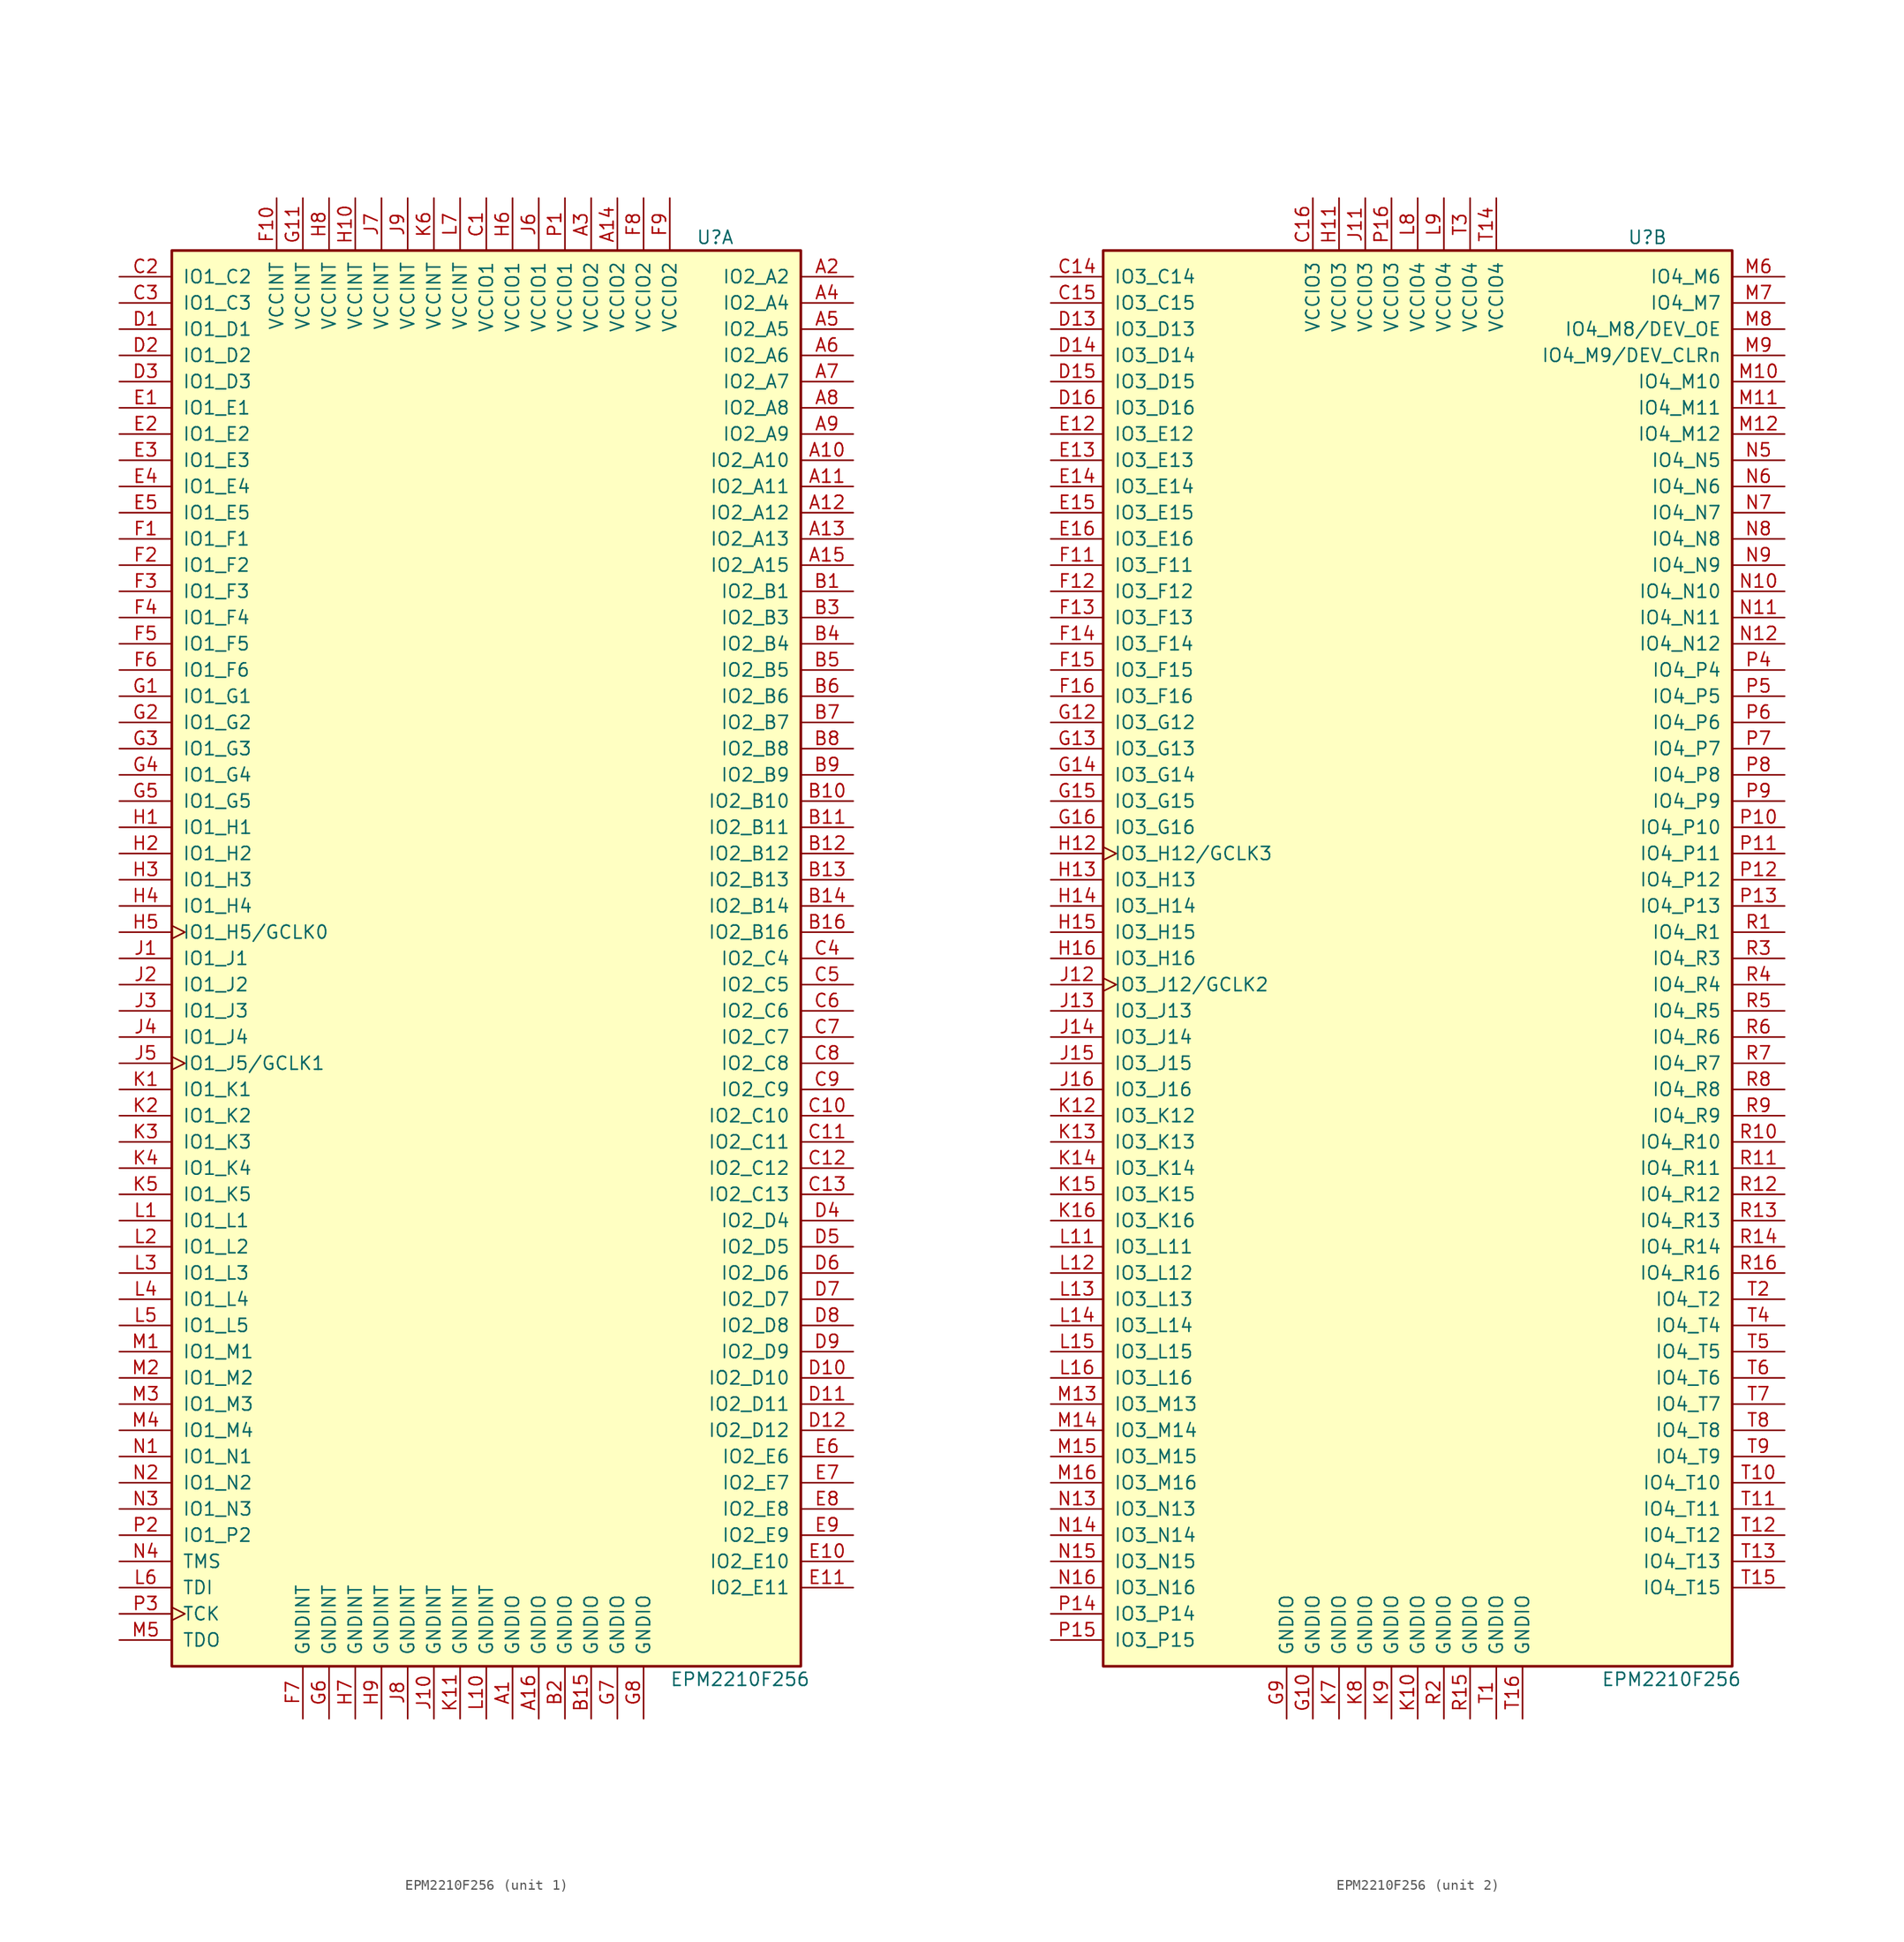
<source format=kicad_sym>
(kicad_symbol_lib
  (version 20201005)
  (generator kicad_symbol_editor)
  (symbol "EPM2210F256"
    (pin_names
      (offset 1.016))
    (property "Reference" "U"
      (at 20.32 69.85 0)
      (effects (font (size 1.27 1.27)) (justify left)))
    (property "Value" "EPM2210F256"
      (at 17.78 -69.85 0)
      (effects (font (size 1.27 1.27)) (justify left)))
    (property "ki_locked" ""
      (at 0 0 0)
      (effects (font (size 1.27 1.27))))
    (symbol "EPM2210F256_1_1"
      (rectangle (start -30.48 68.58) (end 30.48 -68.58) (stroke (width 0.254)) (fill (type background)))
      (pin bidirectional line (at 35.56 66.04 180) (length 5.08) (name "IO2_A2" (effects (font (size 1.27 1.27)))) (number "A2" (effects (font (size 1.27 1.27)))))
      (pin bidirectional line (at 35.56 63.5 180) (length 5.08) (name "IO2_A4" (effects (font (size 1.27 1.27)))) (number "A4" (effects (font (size 1.27 1.27)))))
      (pin bidirectional line (at 35.56 60.96 180) (length 5.08) (name "IO2_A5" (effects (font (size 1.27 1.27)))) (number "A5" (effects (font (size 1.27 1.27)))))
      (pin bidirectional line (at 35.56 58.42 180) (length 5.08) (name "IO2_A6" (effects (font (size 1.27 1.27)))) (number "A6" (effects (font (size 1.27 1.27)))))
      (pin bidirectional line (at 35.56 55.88 180) (length 5.08) (name "IO2_A7" (effects (font (size 1.27 1.27)))) (number "A7" (effects (font (size 1.27 1.27)))))
      (pin bidirectional line (at 35.56 53.34 180) (length 5.08) (name "IO2_A8" (effects (font (size 1.27 1.27)))) (number "A8" (effects (font (size 1.27 1.27)))))
      (pin bidirectional line (at 35.56 50.8 180) (length 5.08) (name "IO2_A9" (effects (font (size 1.27 1.27)))) (number "A9" (effects (font (size 1.27 1.27)))))
      (pin bidirectional line (at 35.56 48.26 180) (length 5.08) (name "IO2_A10" (effects (font (size 1.27 1.27)))) (number "A10" (effects (font (size 1.27 1.27)))))
      (pin bidirectional line (at 35.56 45.72 180) (length 5.08) (name "IO2_A11" (effects (font (size 1.27 1.27)))) (number "A11" (effects (font (size 1.27 1.27)))))
      (pin bidirectional line (at 35.56 43.18 180) (length 5.08) (name "IO2_A12" (effects (font (size 1.27 1.27)))) (number "A12" (effects (font (size 1.27 1.27)))))
      (pin bidirectional line (at 35.56 40.64 180) (length 5.08) (name "IO2_A13" (effects (font (size 1.27 1.27)))) (number "A13" (effects (font (size 1.27 1.27)))))
      (pin bidirectional line (at 35.56 38.1 180) (length 5.08) (name "IO2_A15" (effects (font (size 1.27 1.27)))) (number "A15" (effects (font (size 1.27 1.27)))))
      (pin bidirectional line (at 35.56 35.56 180) (length 5.08) (name "IO2_B1" (effects (font (size 1.27 1.27)))) (number "B1" (effects (font (size 1.27 1.27)))))
      (pin bidirectional line (at 35.56 33.02 180) (length 5.08) (name "IO2_B3" (effects (font (size 1.27 1.27)))) (number "B3" (effects (font (size 1.27 1.27)))))
      (pin bidirectional line (at 35.56 30.48 180) (length 5.08) (name "IO2_B4" (effects (font (size 1.27 1.27)))) (number "B4" (effects (font (size 1.27 1.27)))))
      (pin bidirectional line (at 35.56 27.94 180) (length 5.08) (name "IO2_B5" (effects (font (size 1.27 1.27)))) (number "B5" (effects (font (size 1.27 1.27)))))
      (pin bidirectional line (at 35.56 25.4 180) (length 5.08) (name "IO2_B6" (effects (font (size 1.27 1.27)))) (number "B6" (effects (font (size 1.27 1.27)))))
      (pin bidirectional line (at 35.56 22.86 180) (length 5.08) (name "IO2_B7" (effects (font (size 1.27 1.27)))) (number "B7" (effects (font (size 1.27 1.27)))))
      (pin bidirectional line (at 35.56 20.32 180) (length 5.08) (name "IO2_B8" (effects (font (size 1.27 1.27)))) (number "B8" (effects (font (size 1.27 1.27)))))
      (pin bidirectional line (at 35.56 17.78 180) (length 5.08) (name "IO2_B9" (effects (font (size 1.27 1.27)))) (number "B9" (effects (font (size 1.27 1.27)))))
      (pin bidirectional line (at 35.56 15.24 180) (length 5.08) (name "IO2_B10" (effects (font (size 1.27 1.27)))) (number "B10" (effects (font (size 1.27 1.27)))))
      (pin bidirectional line (at 35.56 12.7 180) (length 5.08) (name "IO2_B11" (effects (font (size 1.27 1.27)))) (number "B11" (effects (font (size 1.27 1.27)))))
      (pin bidirectional line (at 35.56 10.16 180) (length 5.08) (name "IO2_B12" (effects (font (size 1.27 1.27)))) (number "B12" (effects (font (size 1.27 1.27)))))
      (pin bidirectional line (at 35.56 7.62 180) (length 5.08) (name "IO2_B13" (effects (font (size 1.27 1.27)))) (number "B13" (effects (font (size 1.27 1.27)))))
      (pin bidirectional line (at 35.56 5.08 180) (length 5.08) (name "IO2_B14" (effects (font (size 1.27 1.27)))) (number "B14" (effects (font (size 1.27 1.27)))))
      (pin bidirectional line (at 35.56 2.54 180) (length 5.08) (name "IO2_B16" (effects (font (size 1.27 1.27)))) (number "B16" (effects (font (size 1.27 1.27)))))
      (pin bidirectional line (at -35.56 66.04 0) (length 5.08) (name "IO1_C2" (effects (font (size 1.27 1.27)))) (number "C2" (effects (font (size 1.27 1.27)))))
      (pin bidirectional line (at -35.56 63.5 0) (length 5.08) (name "IO1_C3" (effects (font (size 1.27 1.27)))) (number "C3" (effects (font (size 1.27 1.27)))))
      (pin bidirectional line (at 35.56 0 180) (length 5.08) (name "IO2_C4" (effects (font (size 1.27 1.27)))) (number "C4" (effects (font (size 1.27 1.27)))))
      (pin bidirectional line (at 35.56 -2.54 180) (length 5.08) (name "IO2_C5" (effects (font (size 1.27 1.27)))) (number "C5" (effects (font (size 1.27 1.27)))))
      (pin bidirectional line (at 35.56 -5.08 180) (length 5.08) (name "IO2_C6" (effects (font (size 1.27 1.27)))) (number "C6" (effects (font (size 1.27 1.27)))))
      (pin bidirectional line (at 35.56 -7.62 180) (length 5.08) (name "IO2_C7" (effects (font (size 1.27 1.27)))) (number "C7" (effects (font (size 1.27 1.27)))))
      (pin bidirectional line (at 35.56 -10.16 180) (length 5.08) (name "IO2_C8" (effects (font (size 1.27 1.27)))) (number "C8" (effects (font (size 1.27 1.27)))))
      (pin bidirectional line (at 35.56 -12.7 180) (length 5.08) (name "IO2_C9" (effects (font (size 1.27 1.27)))) (number "C9" (effects (font (size 1.27 1.27)))))
      (pin bidirectional line (at 35.56 -15.24 180) (length 5.08) (name "IO2_C10" (effects (font (size 1.27 1.27)))) (number "C10" (effects (font (size 1.27 1.27)))))
      (pin bidirectional line (at 35.56 -17.78 180) (length 5.08) (name "IO2_C11" (effects (font (size 1.27 1.27)))) (number "C11" (effects (font (size 1.27 1.27)))))
      (pin bidirectional line (at 35.56 -20.32 180) (length 5.08) (name "IO2_C12" (effects (font (size 1.27 1.27)))) (number "C12" (effects (font (size 1.27 1.27)))))
      (pin bidirectional line (at 35.56 -22.86 180) (length 5.08) (name "IO2_C13" (effects (font (size 1.27 1.27)))) (number "C13" (effects (font (size 1.27 1.27)))))
      (pin bidirectional line (at -35.56 60.96 0) (length 5.08) (name "IO1_D1" (effects (font (size 1.27 1.27)))) (number "D1" (effects (font (size 1.27 1.27)))))
      (pin bidirectional line (at -35.56 58.42 0) (length 5.08) (name "IO1_D2" (effects (font (size 1.27 1.27)))) (number "D2" (effects (font (size 1.27 1.27)))))
      (pin bidirectional line (at -35.56 55.88 0) (length 5.08) (name "IO1_D3" (effects (font (size 1.27 1.27)))) (number "D3" (effects (font (size 1.27 1.27)))))
      (pin bidirectional line (at 35.56 -25.4 180) (length 5.08) (name "IO2_D4" (effects (font (size 1.27 1.27)))) (number "D4" (effects (font (size 1.27 1.27)))))
      (pin bidirectional line (at 35.56 -27.94 180) (length 5.08) (name "IO2_D5" (effects (font (size 1.27 1.27)))) (number "D5" (effects (font (size 1.27 1.27)))))
      (pin bidirectional line (at 35.56 -30.48 180) (length 5.08) (name "IO2_D6" (effects (font (size 1.27 1.27)))) (number "D6" (effects (font (size 1.27 1.27)))))
      (pin bidirectional line (at 35.56 -33.02 180) (length 5.08) (name "IO2_D7" (effects (font (size 1.27 1.27)))) (number "D7" (effects (font (size 1.27 1.27)))))
      (pin bidirectional line (at 35.56 -35.56 180) (length 5.08) (name "IO2_D8" (effects (font (size 1.27 1.27)))) (number "D8" (effects (font (size 1.27 1.27)))))
      (pin bidirectional line (at 35.56 -38.1 180) (length 5.08) (name "IO2_D9" (effects (font (size 1.27 1.27)))) (number "D9" (effects (font (size 1.27 1.27)))))
      (pin bidirectional line (at 35.56 -40.64 180) (length 5.08) (name "IO2_D10" (effects (font (size 1.27 1.27)))) (number "D10" (effects (font (size 1.27 1.27)))))
      (pin bidirectional line (at 35.56 -43.18 180) (length 5.08) (name "IO2_D11" (effects (font (size 1.27 1.27)))) (number "D11" (effects (font (size 1.27 1.27)))))
      (pin bidirectional line (at 35.56 -45.72 180) (length 5.08) (name "IO2_D12" (effects (font (size 1.27 1.27)))) (number "D12" (effects (font (size 1.27 1.27)))))
      (pin bidirectional line (at -35.56 53.34 0) (length 5.08) (name "IO1_E1" (effects (font (size 1.27 1.27)))) (number "E1" (effects (font (size 1.27 1.27)))))
      (pin bidirectional line (at -35.56 50.8 0) (length 5.08) (name "IO1_E2" (effects (font (size 1.27 1.27)))) (number "E2" (effects (font (size 1.27 1.27)))))
      (pin bidirectional line (at -35.56 48.26 0) (length 5.08) (name "IO1_E3" (effects (font (size 1.27 1.27)))) (number "E3" (effects (font (size 1.27 1.27)))))
      (pin bidirectional line (at -35.56 45.72 0) (length 5.08) (name "IO1_E4" (effects (font (size 1.27 1.27)))) (number "E4" (effects (font (size 1.27 1.27)))))
      (pin bidirectional line (at -35.56 43.18 0) (length 5.08) (name "IO1_E5" (effects (font (size 1.27 1.27)))) (number "E5" (effects (font (size 1.27 1.27)))))
      (pin bidirectional line (at 35.56 -48.26 180) (length 5.08) (name "IO2_E6" (effects (font (size 1.27 1.27)))) (number "E6" (effects (font (size 1.27 1.27)))))
      (pin bidirectional line (at 35.56 -50.8 180) (length 5.08) (name "IO2_E7" (effects (font (size 1.27 1.27)))) (number "E7" (effects (font (size 1.27 1.27)))))
      (pin bidirectional line (at 35.56 -53.34 180) (length 5.08) (name "IO2_E8" (effects (font (size 1.27 1.27)))) (number "E8" (effects (font (size 1.27 1.27)))))
      (pin bidirectional line (at 35.56 -55.88 180) (length 5.08) (name "IO2_E9" (effects (font (size 1.27 1.27)))) (number "E9" (effects (font (size 1.27 1.27)))))
      (pin bidirectional line (at 35.56 -58.42 180) (length 5.08) (name "IO2_E10" (effects (font (size 1.27 1.27)))) (number "E10" (effects (font (size 1.27 1.27)))))
      (pin bidirectional line (at 35.56 -60.96 180) (length 5.08) (name "IO2_E11" (effects (font (size 1.27 1.27)))) (number "E11" (effects (font (size 1.27 1.27)))))
      (pin bidirectional line (at -35.56 40.64 0) (length 5.08) (name "IO1_F1" (effects (font (size 1.27 1.27)))) (number "F1" (effects (font (size 1.27 1.27)))))
      (pin bidirectional line (at -35.56 38.1 0) (length 5.08) (name "IO1_F2" (effects (font (size 1.27 1.27)))) (number "F2" (effects (font (size 1.27 1.27)))))
      (pin bidirectional line (at -35.56 35.56 0) (length 5.08) (name "IO1_F3" (effects (font (size 1.27 1.27)))) (number "F3" (effects (font (size 1.27 1.27)))))
      (pin bidirectional line (at -35.56 33.02 0) (length 5.08) (name "IO1_F4" (effects (font (size 1.27 1.27)))) (number "F4" (effects (font (size 1.27 1.27)))))
      (pin bidirectional line (at -35.56 30.48 0) (length 5.08) (name "IO1_F5" (effects (font (size 1.27 1.27)))) (number "F5" (effects (font (size 1.27 1.27)))))
      (pin bidirectional line (at -35.56 27.94 0) (length 5.08) (name "IO1_F6" (effects (font (size 1.27 1.27)))) (number "F6" (effects (font (size 1.27 1.27)))))
      (pin bidirectional line (at -35.56 25.4 0) (length 5.08) (name "IO1_G1" (effects (font (size 1.27 1.27)))) (number "G1" (effects (font (size 1.27 1.27)))))
      (pin bidirectional line (at -35.56 22.86 0) (length 5.08) (name "IO1_G2" (effects (font (size 1.27 1.27)))) (number "G2" (effects (font (size 1.27 1.27)))))
      (pin bidirectional line (at -35.56 20.32 0) (length 5.08) (name "IO1_G3" (effects (font (size 1.27 1.27)))) (number "G3" (effects (font (size 1.27 1.27)))))
      (pin bidirectional line (at -35.56 17.78 0) (length 5.08) (name "IO1_G4" (effects (font (size 1.27 1.27)))) (number "G4" (effects (font (size 1.27 1.27)))))
      (pin bidirectional line (at -35.56 15.24 0) (length 5.08) (name "IO1_G5" (effects (font (size 1.27 1.27)))) (number "G5" (effects (font (size 1.27 1.27)))))
      (pin bidirectional line (at -35.56 12.7 0) (length 5.08) (name "IO1_H1" (effects (font (size 1.27 1.27)))) (number "H1" (effects (font (size 1.27 1.27)))))
      (pin bidirectional line (at -35.56 10.16 0) (length 5.08) (name "IO1_H2" (effects (font (size 1.27 1.27)))) (number "H2" (effects (font (size 1.27 1.27)))))
      (pin bidirectional line (at -35.56 7.62 0) (length 5.08) (name "IO1_H3" (effects (font (size 1.27 1.27)))) (number "H3" (effects (font (size 1.27 1.27)))))
      (pin bidirectional line (at -35.56 5.08 0) (length 5.08) (name "IO1_H4" (effects (font (size 1.27 1.27)))) (number "H4" (effects (font (size 1.27 1.27)))))
      (pin bidirectional clock (at -35.56 2.54 0) (length 5.08) (name "IO1_H5/GCLK0" (effects (font (size 1.27 1.27)))) (number "H5" (effects (font (size 1.27 1.27)))))
      (pin bidirectional line (at -35.56 0 0) (length 5.08) (name "IO1_J1" (effects (font (size 1.27 1.27)))) (number "J1" (effects (font (size 1.27 1.27)))))
      (pin bidirectional line (at -35.56 -2.54 0) (length 5.08) (name "IO1_J2" (effects (font (size 1.27 1.27)))) (number "J2" (effects (font (size 1.27 1.27)))))
      (pin bidirectional line (at -35.56 -5.08 0) (length 5.08) (name "IO1_J3" (effects (font (size 1.27 1.27)))) (number "J3" (effects (font (size 1.27 1.27)))))
      (pin bidirectional line (at -35.56 -7.62 0) (length 5.08) (name "IO1_J4" (effects (font (size 1.27 1.27)))) (number "J4" (effects (font (size 1.27 1.27)))))
      (pin bidirectional clock (at -35.56 -10.16 0) (length 5.08) (name "IO1_J5/GCLK1" (effects (font (size 1.27 1.27)))) (number "J5" (effects (font (size 1.27 1.27)))))
      (pin bidirectional line (at -35.56 -12.7 0) (length 5.08) (name "IO1_K1" (effects (font (size 1.27 1.27)))) (number "K1" (effects (font (size 1.27 1.27)))))
      (pin bidirectional line (at -35.56 -15.24 0) (length 5.08) (name "IO1_K2" (effects (font (size 1.27 1.27)))) (number "K2" (effects (font (size 1.27 1.27)))))
      (pin bidirectional line (at -35.56 -17.78 0) (length 5.08) (name "IO1_K3" (effects (font (size 1.27 1.27)))) (number "K3" (effects (font (size 1.27 1.27)))))
      (pin bidirectional line (at -35.56 -20.32 0) (length 5.08) (name "IO1_K4" (effects (font (size 1.27 1.27)))) (number "K4" (effects (font (size 1.27 1.27)))))
      (pin bidirectional line (at -35.56 -22.86 0) (length 5.08) (name "IO1_K5" (effects (font (size 1.27 1.27)))) (number "K5" (effects (font (size 1.27 1.27)))))
      (pin bidirectional line (at -35.56 -25.4 0) (length 5.08) (name "IO1_L1" (effects (font (size 1.27 1.27)))) (number "L1" (effects (font (size 1.27 1.27)))))
      (pin bidirectional line (at -35.56 -27.94 0) (length 5.08) (name "IO1_L2" (effects (font (size 1.27 1.27)))) (number "L2" (effects (font (size 1.27 1.27)))))
      (pin bidirectional line (at -35.56 -30.48 0) (length 5.08) (name "IO1_L3" (effects (font (size 1.27 1.27)))) (number "L3" (effects (font (size 1.27 1.27)))))
      (pin bidirectional line (at -35.56 -33.02 0) (length 5.08) (name "IO1_L4" (effects (font (size 1.27 1.27)))) (number "L4" (effects (font (size 1.27 1.27)))))
      (pin bidirectional line (at -35.56 -35.56 0) (length 5.08) (name "IO1_L5" (effects (font (size 1.27 1.27)))) (number "L5" (effects (font (size 1.27 1.27)))))
      (pin bidirectional line (at -35.56 -38.1 0) (length 5.08) (name "IO1_M1" (effects (font (size 1.27 1.27)))) (number "M1" (effects (font (size 1.27 1.27)))))
      (pin bidirectional line (at -35.56 -40.64 0) (length 5.08) (name "IO1_M2" (effects (font (size 1.27 1.27)))) (number "M2" (effects (font (size 1.27 1.27)))))
      (pin bidirectional line (at -35.56 -43.18 0) (length 5.08) (name "IO1_M3" (effects (font (size 1.27 1.27)))) (number "M3" (effects (font (size 1.27 1.27)))))
      (pin bidirectional line (at -35.56 -45.72 0) (length 5.08) (name "IO1_M4" (effects (font (size 1.27 1.27)))) (number "M4" (effects (font (size 1.27 1.27)))))
      (pin bidirectional line (at -35.56 -48.26 0) (length 5.08) (name "IO1_N1" (effects (font (size 1.27 1.27)))) (number "N1" (effects (font (size 1.27 1.27)))))
      (pin bidirectional line (at -35.56 -50.8 0) (length 5.08) (name "IO1_N2" (effects (font (size 1.27 1.27)))) (number "N2" (effects (font (size 1.27 1.27)))))
      (pin bidirectional line (at -35.56 -53.34 0) (length 5.08) (name "IO1_N3" (effects (font (size 1.27 1.27)))) (number "N3" (effects (font (size 1.27 1.27)))))
      (pin bidirectional line (at -35.56 -55.88 0) (length 5.08) (name "IO1_P2" (effects (font (size 1.27 1.27)))) (number "P2" (effects (font (size 1.27 1.27)))))
      (pin input line (at -35.56 -58.42 0) (length 5.08) (name "TMS" (effects (font (size 1.27 1.27)))) (number "N4" (effects (font (size 1.27 1.27)))))
      (pin input line (at -35.56 -60.96 0) (length 5.08) (name "TDI" (effects (font (size 1.27 1.27)))) (number "L6" (effects (font (size 1.27 1.27)))))
      (pin input clock (at -35.56 -63.5 0) (length 5.08) (name "TCK" (effects (font (size 1.27 1.27)))) (number "P3" (effects (font (size 1.27 1.27)))))
      (pin output line (at -35.56 -66.04 0) (length 5.08) (name "TDO" (effects (font (size 1.27 1.27)))) (number "M5" (effects (font (size 1.27 1.27)))))
      (pin power_in line (at -17.78 -73.66 90) (length 5.08) (name "GNDINT" (effects (font (size 1.27 1.27)))) (number "F7" (effects (font (size 1.27 1.27)))))
      (pin power_in line (at -15.24 -73.66 90) (length 5.08) (name "GNDINT" (effects (font (size 1.27 1.27)))) (number "G6" (effects (font (size 1.27 1.27)))))
      (pin power_in line (at -12.7 -73.66 90) (length 5.08) (name "GNDINT" (effects (font (size 1.27 1.27)))) (number "H7" (effects (font (size 1.27 1.27)))))
      (pin power_in line (at -10.16 -73.66 90) (length 5.08) (name "GNDINT" (effects (font (size 1.27 1.27)))) (number "H9" (effects (font (size 1.27 1.27)))))
      (pin power_in line (at -7.62 -73.66 90) (length 5.08) (name "GNDINT" (effects (font (size 1.27 1.27)))) (number "J8" (effects (font (size 1.27 1.27)))))
      (pin power_in line (at -5.08 -73.66 90) (length 5.08) (name "GNDINT" (effects (font (size 1.27 1.27)))) (number "J10" (effects (font (size 1.27 1.27)))))
      (pin power_in line (at -2.54 -73.66 90) (length 5.08) (name "GNDINT" (effects (font (size 1.27 1.27)))) (number "K11" (effects (font (size 1.27 1.27)))))
      (pin power_in line (at 0 -73.66 90) (length 5.08) (name "GNDINT" (effects (font (size 1.27 1.27)))) (number "L10" (effects (font (size 1.27 1.27)))))
      (pin power_in line (at 2.54 -73.66 90) (length 5.08) (name "GNDIO" (effects (font (size 1.27 1.27)))) (number "A1" (effects (font (size 1.27 1.27)))))
      (pin power_in line (at 5.08 -73.66 90) (length 5.08) (name "GNDIO" (effects (font (size 1.27 1.27)))) (number "A16" (effects (font (size 1.27 1.27)))))
      (pin power_in line (at 7.62 -73.66 90) (length 5.08) (name "GNDIO" (effects (font (size 1.27 1.27)))) (number "B2" (effects (font (size 1.27 1.27)))))
      (pin power_in line (at 10.16 -73.66 90) (length 5.08) (name "GNDIO" (effects (font (size 1.27 1.27)))) (number "B15" (effects (font (size 1.27 1.27)))))
      (pin power_in line (at 12.7 -73.66 90) (length 5.08) (name "GNDIO" (effects (font (size 1.27 1.27)))) (number "G7" (effects (font (size 1.27 1.27)))))
      (pin power_in line (at 15.24 -73.66 90) (length 5.08) (name "GNDIO" (effects (font (size 1.27 1.27)))) (number "G8" (effects (font (size 1.27 1.27)))))
      (pin power_in line (at -20.32 73.66 270) (length 5.08) (name "VCCINT" (effects (font (size 1.27 1.27)))) (number "F10" (effects (font (size 1.27 1.27)))))
      (pin power_in line (at -17.78 73.66 270) (length 5.08) (name "VCCINT" (effects (font (size 1.27 1.27)))) (number "G11" (effects (font (size 1.27 1.27)))))
      (pin power_in line (at -15.24 73.66 270) (length 5.08) (name "VCCINT" (effects (font (size 1.27 1.27)))) (number "H8" (effects (font (size 1.27 1.27)))))
      (pin power_in line (at -12.7 73.66 270) (length 5.08) (name "VCCINT" (effects (font (size 1.27 1.27)))) (number "H10" (effects (font (size 1.27 1.27)))))
      (pin power_in line (at -10.16 73.66 270) (length 5.08) (name "VCCINT" (effects (font (size 1.27 1.27)))) (number "J7" (effects (font (size 1.27 1.27)))))
      (pin power_in line (at -7.62 73.66 270) (length 5.08) (name "VCCINT" (effects (font (size 1.27 1.27)))) (number "J9" (effects (font (size 1.27 1.27)))))
      (pin power_in line (at -5.08 73.66 270) (length 5.08) (name "VCCINT" (effects (font (size 1.27 1.27)))) (number "K6" (effects (font (size 1.27 1.27)))))
      (pin power_in line (at -2.54 73.66 270) (length 5.08) (name "VCCINT" (effects (font (size 1.27 1.27)))) (number "L7" (effects (font (size 1.27 1.27)))))
      (pin power_in line (at 0 73.66 270) (length 5.08) (name "VCCIO1" (effects (font (size 1.27 1.27)))) (number "C1" (effects (font (size 1.27 1.27)))))
      (pin power_in line (at 2.54 73.66 270) (length 5.08) (name "VCCIO1" (effects (font (size 1.27 1.27)))) (number "H6" (effects (font (size 1.27 1.27)))))
      (pin power_in line (at 5.08 73.66 270) (length 5.08) (name "VCCIO1" (effects (font (size 1.27 1.27)))) (number "J6" (effects (font (size 1.27 1.27)))))
      (pin power_in line (at 7.62 73.66 270) (length 5.08) (name "VCCIO1" (effects (font (size 1.27 1.27)))) (number "P1" (effects (font (size 1.27 1.27)))))
      (pin power_in line (at 10.16 73.66 270) (length 5.08) (name "VCCIO2" (effects (font (size 1.27 1.27)))) (number "A3" (effects (font (size 1.27 1.27)))))
      (pin power_in line (at 12.7 73.66 270) (length 5.08) (name "VCCIO2" (effects (font (size 1.27 1.27)))) (number "A14" (effects (font (size 1.27 1.27)))))
      (pin power_in line (at 15.24 73.66 270) (length 5.08) (name "VCCIO2" (effects (font (size 1.27 1.27)))) (number "F8" (effects (font (size 1.27 1.27)))))
      (pin power_in line (at 17.78 73.66 270) (length 5.08) (name "VCCIO2" (effects (font (size 1.27 1.27)))) (number "F9" (effects (font (size 1.27 1.27))))))
    (symbol "EPM2210F256_2_1"
      (rectangle (start -30.48 68.58) (end 30.48 -68.58) (stroke (width 0.254)) (fill (type background)))
      (pin bidirectional line (at -35.56 66.04 0) (length 5.08) (name "IO3_C14" (effects (font (size 1.27 1.27)))) (number "C14" (effects (font (size 1.27 1.27)))))
      (pin bidirectional line (at -35.56 63.5 0) (length 5.08) (name "IO3_C15" (effects (font (size 1.27 1.27)))) (number "C15" (effects (font (size 1.27 1.27)))))
      (pin bidirectional line (at -35.56 60.96 0) (length 5.08) (name "IO3_D13" (effects (font (size 1.27 1.27)))) (number "D13" (effects (font (size 1.27 1.27)))))
      (pin bidirectional line (at -35.56 58.42 0) (length 5.08) (name "IO3_D14" (effects (font (size 1.27 1.27)))) (number "D14" (effects (font (size 1.27 1.27)))))
      (pin bidirectional line (at -35.56 55.88 0) (length 5.08) (name "IO3_D15" (effects (font (size 1.27 1.27)))) (number "D15" (effects (font (size 1.27 1.27)))))
      (pin bidirectional line (at -35.56 53.34 0) (length 5.08) (name "IO3_D16" (effects (font (size 1.27 1.27)))) (number "D16" (effects (font (size 1.27 1.27)))))
      (pin bidirectional line (at -35.56 50.8 0) (length 5.08) (name "IO3_E12" (effects (font (size 1.27 1.27)))) (number "E12" (effects (font (size 1.27 1.27)))))
      (pin bidirectional line (at -35.56 48.26 0) (length 5.08) (name "IO3_E13" (effects (font (size 1.27 1.27)))) (number "E13" (effects (font (size 1.27 1.27)))))
      (pin bidirectional line (at -35.56 45.72 0) (length 5.08) (name "IO3_E14" (effects (font (size 1.27 1.27)))) (number "E14" (effects (font (size 1.27 1.27)))))
      (pin bidirectional line (at -35.56 43.18 0) (length 5.08) (name "IO3_E15" (effects (font (size 1.27 1.27)))) (number "E15" (effects (font (size 1.27 1.27)))))
      (pin bidirectional line (at -35.56 40.64 0) (length 5.08) (name "IO3_E16" (effects (font (size 1.27 1.27)))) (number "E16" (effects (font (size 1.27 1.27)))))
      (pin bidirectional line (at -35.56 38.1 0) (length 5.08) (name "IO3_F11" (effects (font (size 1.27 1.27)))) (number "F11" (effects (font (size 1.27 1.27)))))
      (pin bidirectional line (at -35.56 35.56 0) (length 5.08) (name "IO3_F12" (effects (font (size 1.27 1.27)))) (number "F12" (effects (font (size 1.27 1.27)))))
      (pin bidirectional line (at -35.56 33.02 0) (length 5.08) (name "IO3_F13" (effects (font (size 1.27 1.27)))) (number "F13" (effects (font (size 1.27 1.27)))))
      (pin bidirectional line (at -35.56 30.48 0) (length 5.08) (name "IO3_F14" (effects (font (size 1.27 1.27)))) (number "F14" (effects (font (size 1.27 1.27)))))
      (pin bidirectional line (at -35.56 27.94 0) (length 5.08) (name "IO3_F15" (effects (font (size 1.27 1.27)))) (number "F15" (effects (font (size 1.27 1.27)))))
      (pin bidirectional line (at -35.56 25.4 0) (length 5.08) (name "IO3_F16" (effects (font (size 1.27 1.27)))) (number "F16" (effects (font (size 1.27 1.27)))))
      (pin bidirectional line (at -35.56 22.86 0) (length 5.08) (name "IO3_G12" (effects (font (size 1.27 1.27)))) (number "G12" (effects (font (size 1.27 1.27)))))
      (pin bidirectional line (at -35.56 20.32 0) (length 5.08) (name "IO3_G13" (effects (font (size 1.27 1.27)))) (number "G13" (effects (font (size 1.27 1.27)))))
      (pin bidirectional line (at -35.56 17.78 0) (length 5.08) (name "IO3_G14" (effects (font (size 1.27 1.27)))) (number "G14" (effects (font (size 1.27 1.27)))))
      (pin bidirectional line (at -35.56 15.24 0) (length 5.08) (name "IO3_G15" (effects (font (size 1.27 1.27)))) (number "G15" (effects (font (size 1.27 1.27)))))
      (pin bidirectional line (at -35.56 12.7 0) (length 5.08) (name "IO3_G16" (effects (font (size 1.27 1.27)))) (number "G16" (effects (font (size 1.27 1.27)))))
      (pin bidirectional clock (at -35.56 10.16 0) (length 5.08) (name "IO3_H12/GCLK3" (effects (font (size 1.27 1.27)))) (number "H12" (effects (font (size 1.27 1.27)))))
      (pin bidirectional line (at -35.56 7.62 0) (length 5.08) (name "IO3_H13" (effects (font (size 1.27 1.27)))) (number "H13" (effects (font (size 1.27 1.27)))))
      (pin bidirectional line (at -35.56 5.08 0) (length 5.08) (name "IO3_H14" (effects (font (size 1.27 1.27)))) (number "H14" (effects (font (size 1.27 1.27)))))
      (pin bidirectional line (at -35.56 2.54 0) (length 5.08) (name "IO3_H15" (effects (font (size 1.27 1.27)))) (number "H15" (effects (font (size 1.27 1.27)))))
      (pin bidirectional line (at -35.56 0 0) (length 5.08) (name "IO3_H16" (effects (font (size 1.27 1.27)))) (number "H16" (effects (font (size 1.27 1.27)))))
      (pin bidirectional clock (at -35.56 -2.54 0) (length 5.08) (name "IO3_J12/GCLK2" (effects (font (size 1.27 1.27)))) (number "J12" (effects (font (size 1.27 1.27)))))
      (pin bidirectional line (at -35.56 -5.08 0) (length 5.08) (name "IO3_J13" (effects (font (size 1.27 1.27)))) (number "J13" (effects (font (size 1.27 1.27)))))
      (pin bidirectional line (at -35.56 -7.62 0) (length 5.08) (name "IO3_J14" (effects (font (size 1.27 1.27)))) (number "J14" (effects (font (size 1.27 1.27)))))
      (pin bidirectional line (at -35.56 -10.16 0) (length 5.08) (name "IO3_J15" (effects (font (size 1.27 1.27)))) (number "J15" (effects (font (size 1.27 1.27)))))
      (pin bidirectional line (at -35.56 -12.7 0) (length 5.08) (name "IO3_J16" (effects (font (size 1.27 1.27)))) (number "J16" (effects (font (size 1.27 1.27)))))
      (pin bidirectional line (at -35.56 -15.24 0) (length 5.08) (name "IO3_K12" (effects (font (size 1.27 1.27)))) (number "K12" (effects (font (size 1.27 1.27)))))
      (pin bidirectional line (at -35.56 -17.78 0) (length 5.08) (name "IO3_K13" (effects (font (size 1.27 1.27)))) (number "K13" (effects (font (size 1.27 1.27)))))
      (pin bidirectional line (at -35.56 -20.32 0) (length 5.08) (name "IO3_K14" (effects (font (size 1.27 1.27)))) (number "K14" (effects (font (size 1.27 1.27)))))
      (pin bidirectional line (at -35.56 -22.86 0) (length 5.08) (name "IO3_K15" (effects (font (size 1.27 1.27)))) (number "K15" (effects (font (size 1.27 1.27)))))
      (pin bidirectional line (at -35.56 -25.4 0) (length 5.08) (name "IO3_K16" (effects (font (size 1.27 1.27)))) (number "K16" (effects (font (size 1.27 1.27)))))
      (pin bidirectional line (at -35.56 -27.94 0) (length 5.08) (name "IO3_L11" (effects (font (size 1.27 1.27)))) (number "L11" (effects (font (size 1.27 1.27)))))
      (pin bidirectional line (at -35.56 -30.48 0) (length 5.08) (name "IO3_L12" (effects (font (size 1.27 1.27)))) (number "L12" (effects (font (size 1.27 1.27)))))
      (pin bidirectional line (at -35.56 -33.02 0) (length 5.08) (name "IO3_L13" (effects (font (size 1.27 1.27)))) (number "L13" (effects (font (size 1.27 1.27)))))
      (pin bidirectional line (at -35.56 -35.56 0) (length 5.08) (name "IO3_L14" (effects (font (size 1.27 1.27)))) (number "L14" (effects (font (size 1.27 1.27)))))
      (pin bidirectional line (at -35.56 -38.1 0) (length 5.08) (name "IO3_L15" (effects (font (size 1.27 1.27)))) (number "L15" (effects (font (size 1.27 1.27)))))
      (pin bidirectional line (at -35.56 -40.64 0) (length 5.08) (name "IO3_L16" (effects (font (size 1.27 1.27)))) (number "L16" (effects (font (size 1.27 1.27)))))
      (pin bidirectional line (at 35.56 66.04 180) (length 5.08) (name "IO4_M6" (effects (font (size 1.27 1.27)))) (number "M6" (effects (font (size 1.27 1.27)))))
      (pin bidirectional line (at 35.56 63.5 180) (length 5.08) (name "IO4_M7" (effects (font (size 1.27 1.27)))) (number "M7" (effects (font (size 1.27 1.27)))))
      (pin bidirectional line (at 35.56 60.96 180) (length 5.08) (name "IO4_M8/DEV_OE" (effects (font (size 1.27 1.27)))) (number "M8" (effects (font (size 1.27 1.27)))))
      (pin bidirectional line (at 35.56 58.42 180) (length 5.08) (name "IO4_M9/DEV_CLRn" (effects (font (size 1.27 1.27)))) (number "M9" (effects (font (size 1.27 1.27)))))
      (pin bidirectional line (at 35.56 55.88 180) (length 5.08) (name "IO4_M10" (effects (font (size 1.27 1.27)))) (number "M10" (effects (font (size 1.27 1.27)))))
      (pin bidirectional line (at 35.56 53.34 180) (length 5.08) (name "IO4_M11" (effects (font (size 1.27 1.27)))) (number "M11" (effects (font (size 1.27 1.27)))))
      (pin bidirectional line (at 35.56 50.8 180) (length 5.08) (name "IO4_M12" (effects (font (size 1.27 1.27)))) (number "M12" (effects (font (size 1.27 1.27)))))
      (pin bidirectional line (at -35.56 -43.18 0) (length 5.08) (name "IO3_M13" (effects (font (size 1.27 1.27)))) (number "M13" (effects (font (size 1.27 1.27)))))
      (pin bidirectional line (at -35.56 -45.72 0) (length 5.08) (name "IO3_M14" (effects (font (size 1.27 1.27)))) (number "M14" (effects (font (size 1.27 1.27)))))
      (pin bidirectional line (at -35.56 -48.26 0) (length 5.08) (name "IO3_M15" (effects (font (size 1.27 1.27)))) (number "M15" (effects (font (size 1.27 1.27)))))
      (pin bidirectional line (at -35.56 -50.8 0) (length 5.08) (name "IO3_M16" (effects (font (size 1.27 1.27)))) (number "M16" (effects (font (size 1.27 1.27)))))
      (pin bidirectional line (at 35.56 48.26 180) (length 5.08) (name "IO4_N5" (effects (font (size 1.27 1.27)))) (number "N5" (effects (font (size 1.27 1.27)))))
      (pin bidirectional line (at 35.56 45.72 180) (length 5.08) (name "IO4_N6" (effects (font (size 1.27 1.27)))) (number "N6" (effects (font (size 1.27 1.27)))))
      (pin bidirectional line (at 35.56 43.18 180) (length 5.08) (name "IO4_N7" (effects (font (size 1.27 1.27)))) (number "N7" (effects (font (size 1.27 1.27)))))
      (pin bidirectional line (at 35.56 40.64 180) (length 5.08) (name "IO4_N8" (effects (font (size 1.27 1.27)))) (number "N8" (effects (font (size 1.27 1.27)))))
      (pin bidirectional line (at 35.56 38.1 180) (length 5.08) (name "IO4_N9" (effects (font (size 1.27 1.27)))) (number "N9" (effects (font (size 1.27 1.27)))))
      (pin bidirectional line (at 35.56 35.56 180) (length 5.08) (name "IO4_N10" (effects (font (size 1.27 1.27)))) (number "N10" (effects (font (size 1.27 1.27)))))
      (pin bidirectional line (at 35.56 33.02 180) (length 5.08) (name "IO4_N11" (effects (font (size 1.27 1.27)))) (number "N11" (effects (font (size 1.27 1.27)))))
      (pin bidirectional line (at 35.56 30.48 180) (length 5.08) (name "IO4_N12" (effects (font (size 1.27 1.27)))) (number "N12" (effects (font (size 1.27 1.27)))))
      (pin bidirectional line (at -35.56 -53.34 0) (length 5.08) (name "IO3_N13" (effects (font (size 1.27 1.27)))) (number "N13" (effects (font (size 1.27 1.27)))))
      (pin bidirectional line (at -35.56 -55.88 0) (length 5.08) (name "IO3_N14" (effects (font (size 1.27 1.27)))) (number "N14" (effects (font (size 1.27 1.27)))))
      (pin bidirectional line (at -35.56 -58.42 0) (length 5.08) (name "IO3_N15" (effects (font (size 1.27 1.27)))) (number "N15" (effects (font (size 1.27 1.27)))))
      (pin bidirectional line (at -35.56 -60.96 0) (length 5.08) (name "IO3_N16" (effects (font (size 1.27 1.27)))) (number "N16" (effects (font (size 1.27 1.27)))))
      (pin bidirectional line (at 35.56 27.94 180) (length 5.08) (name "IO4_P4" (effects (font (size 1.27 1.27)))) (number "P4" (effects (font (size 1.27 1.27)))))
      (pin bidirectional line (at 35.56 25.4 180) (length 5.08) (name "IO4_P5" (effects (font (size 1.27 1.27)))) (number "P5" (effects (font (size 1.27 1.27)))))
      (pin bidirectional line (at 35.56 22.86 180) (length 5.08) (name "IO4_P6" (effects (font (size 1.27 1.27)))) (number "P6" (effects (font (size 1.27 1.27)))))
      (pin bidirectional line (at 35.56 20.32 180) (length 5.08) (name "IO4_P7" (effects (font (size 1.27 1.27)))) (number "P7" (effects (font (size 1.27 1.27)))))
      (pin bidirectional line (at 35.56 17.78 180) (length 5.08) (name "IO4_P8" (effects (font (size 1.27 1.27)))) (number "P8" (effects (font (size 1.27 1.27)))))
      (pin bidirectional line (at 35.56 15.24 180) (length 5.08) (name "IO4_P9" (effects (font (size 1.27 1.27)))) (number "P9" (effects (font (size 1.27 1.27)))))
      (pin bidirectional line (at 35.56 12.7 180) (length 5.08) (name "IO4_P10" (effects (font (size 1.27 1.27)))) (number "P10" (effects (font (size 1.27 1.27)))))
      (pin bidirectional line (at 35.56 10.16 180) (length 5.08) (name "IO4_P11" (effects (font (size 1.27 1.27)))) (number "P11" (effects (font (size 1.27 1.27)))))
      (pin bidirectional line (at 35.56 7.62 180) (length 5.08) (name "IO4_P12" (effects (font (size 1.27 1.27)))) (number "P12" (effects (font (size 1.27 1.27)))))
      (pin bidirectional line (at 35.56 5.08 180) (length 5.08) (name "IO4_P13" (effects (font (size 1.27 1.27)))) (number "P13" (effects (font (size 1.27 1.27)))))
      (pin bidirectional line (at -35.56 -63.5 0) (length 5.08) (name "IO3_P14" (effects (font (size 1.27 1.27)))) (number "P14" (effects (font (size 1.27 1.27)))))
      (pin bidirectional line (at -35.56 -66.04 0) (length 5.08) (name "IO3_P15" (effects (font (size 1.27 1.27)))) (number "P15" (effects (font (size 1.27 1.27)))))
      (pin bidirectional line (at 35.56 2.54 180) (length 5.08) (name "IO4_R1" (effects (font (size 1.27 1.27)))) (number "R1" (effects (font (size 1.27 1.27)))))
      (pin bidirectional line (at 35.56 0 180) (length 5.08) (name "IO4_R3" (effects (font (size 1.27 1.27)))) (number "R3" (effects (font (size 1.27 1.27)))))
      (pin bidirectional line (at 35.56 -2.54 180) (length 5.08) (name "IO4_R4" (effects (font (size 1.27 1.27)))) (number "R4" (effects (font (size 1.27 1.27)))))
      (pin bidirectional line (at 35.56 -5.08 180) (length 5.08) (name "IO4_R5" (effects (font (size 1.27 1.27)))) (number "R5" (effects (font (size 1.27 1.27)))))
      (pin bidirectional line (at 35.56 -7.62 180) (length 5.08) (name "IO4_R6" (effects (font (size 1.27 1.27)))) (number "R6" (effects (font (size 1.27 1.27)))))
      (pin bidirectional line (at 35.56 -10.16 180) (length 5.08) (name "IO4_R7" (effects (font (size 1.27 1.27)))) (number "R7" (effects (font (size 1.27 1.27)))))
      (pin bidirectional line (at 35.56 -12.7 180) (length 5.08) (name "IO4_R8" (effects (font (size 1.27 1.27)))) (number "R8" (effects (font (size 1.27 1.27)))))
      (pin bidirectional line (at 35.56 -15.24 180) (length 5.08) (name "IO4_R9" (effects (font (size 1.27 1.27)))) (number "R9" (effects (font (size 1.27 1.27)))))
      (pin bidirectional line (at 35.56 -17.78 180) (length 5.08) (name "IO4_R10" (effects (font (size 1.27 1.27)))) (number "R10" (effects (font (size 1.27 1.27)))))
      (pin bidirectional line (at 35.56 -20.32 180) (length 5.08) (name "IO4_R11" (effects (font (size 1.27 1.27)))) (number "R11" (effects (font (size 1.27 1.27)))))
      (pin bidirectional line (at 35.56 -22.86 180) (length 5.08) (name "IO4_R12" (effects (font (size 1.27 1.27)))) (number "R12" (effects (font (size 1.27 1.27)))))
      (pin bidirectional line (at 35.56 -25.4 180) (length 5.08) (name "IO4_R13" (effects (font (size 1.27 1.27)))) (number "R13" (effects (font (size 1.27 1.27)))))
      (pin bidirectional line (at 35.56 -27.94 180) (length 5.08) (name "IO4_R14" (effects (font (size 1.27 1.27)))) (number "R14" (effects (font (size 1.27 1.27)))))
      (pin bidirectional line (at 35.56 -30.48 180) (length 5.08) (name "IO4_R16" (effects (font (size 1.27 1.27)))) (number "R16" (effects (font (size 1.27 1.27)))))
      (pin bidirectional line (at 35.56 -33.02 180) (length 5.08) (name "IO4_T2" (effects (font (size 1.27 1.27)))) (number "T2" (effects (font (size 1.27 1.27)))))
      (pin bidirectional line (at 35.56 -35.56 180) (length 5.08) (name "IO4_T4" (effects (font (size 1.27 1.27)))) (number "T4" (effects (font (size 1.27 1.27)))))
      (pin bidirectional line (at 35.56 -38.1 180) (length 5.08) (name "IO4_T5" (effects (font (size 1.27 1.27)))) (number "T5" (effects (font (size 1.27 1.27)))))
      (pin bidirectional line (at 35.56 -40.64 180) (length 5.08) (name "IO4_T6" (effects (font (size 1.27 1.27)))) (number "T6" (effects (font (size 1.27 1.27)))))
      (pin bidirectional line (at 35.56 -43.18 180) (length 5.08) (name "IO4_T7" (effects (font (size 1.27 1.27)))) (number "T7" (effects (font (size 1.27 1.27)))))
      (pin bidirectional line (at 35.56 -45.72 180) (length 5.08) (name "IO4_T8" (effects (font (size 1.27 1.27)))) (number "T8" (effects (font (size 1.27 1.27)))))
      (pin bidirectional line (at 35.56 -48.26 180) (length 5.08) (name "IO4_T9" (effects (font (size 1.27 1.27)))) (number "T9" (effects (font (size 1.27 1.27)))))
      (pin bidirectional line (at 35.56 -50.8 180) (length 5.08) (name "IO4_T10" (effects (font (size 1.27 1.27)))) (number "T10" (effects (font (size 1.27 1.27)))))
      (pin bidirectional line (at 35.56 -53.34 180) (length 5.08) (name "IO4_T11" (effects (font (size 1.27 1.27)))) (number "T11" (effects (font (size 1.27 1.27)))))
      (pin bidirectional line (at 35.56 -55.88 180) (length 5.08) (name "IO4_T12" (effects (font (size 1.27 1.27)))) (number "T12" (effects (font (size 1.27 1.27)))))
      (pin bidirectional line (at 35.56 -58.42 180) (length 5.08) (name "IO4_T13" (effects (font (size 1.27 1.27)))) (number "T13" (effects (font (size 1.27 1.27)))))
      (pin bidirectional line (at 35.56 -60.96 180) (length 5.08) (name "IO4_T15" (effects (font (size 1.27 1.27)))) (number "T15" (effects (font (size 1.27 1.27)))))
      (pin power_in line (at -12.7 -73.66 90) (length 5.08) (name "GNDIO" (effects (font (size 1.27 1.27)))) (number "G9" (effects (font (size 1.27 1.27)))))
      (pin power_in line (at -10.16 -73.66 90) (length 5.08) (name "GNDIO" (effects (font (size 1.27 1.27)))) (number "G10" (effects (font (size 1.27 1.27)))))
      (pin power_in line (at -7.62 -73.66 90) (length 5.08) (name "GNDIO" (effects (font (size 1.27 1.27)))) (number "K7" (effects (font (size 1.27 1.27)))))
      (pin power_in line (at -5.08 -73.66 90) (length 5.08) (name "GNDIO" (effects (font (size 1.27 1.27)))) (number "K8" (effects (font (size 1.27 1.27)))))
      (pin power_in line (at -2.54 -73.66 90) (length 5.08) (name "GNDIO" (effects (font (size 1.27 1.27)))) (number "K9" (effects (font (size 1.27 1.27)))))
      (pin power_in line (at 0 -73.66 90) (length 5.08) (name "GNDIO" (effects (font (size 1.27 1.27)))) (number "K10" (effects (font (size 1.27 1.27)))))
      (pin power_in line (at 2.54 -73.66 90) (length 5.08) (name "GNDIO" (effects (font (size 1.27 1.27)))) (number "R2" (effects (font (size 1.27 1.27)))))
      (pin power_in line (at 5.08 -73.66 90) (length 5.08) (name "GNDIO" (effects (font (size 1.27 1.27)))) (number "R15" (effects (font (size 1.27 1.27)))))
      (pin power_in line (at 7.62 -73.66 90) (length 5.08) (name "GNDIO" (effects (font (size 1.27 1.27)))) (number "T1" (effects (font (size 1.27 1.27)))))
      (pin power_in line (at 10.16 -73.66 90) (length 5.08) (name "GNDIO" (effects (font (size 1.27 1.27)))) (number "T16" (effects (font (size 1.27 1.27)))))
      (pin power_in line (at -10.16 73.66 270) (length 5.08) (name "VCCIO3" (effects (font (size 1.27 1.27)))) (number "C16" (effects (font (size 1.27 1.27)))))
      (pin power_in line (at -7.62 73.66 270) (length 5.08) (name "VCCIO3" (effects (font (size 1.27 1.27)))) (number "H11" (effects (font (size 1.27 1.27)))))
      (pin power_in line (at -5.08 73.66 270) (length 5.08) (name "VCCIO3" (effects (font (size 1.27 1.27)))) (number "J11" (effects (font (size 1.27 1.27)))))
      (pin power_in line (at -2.54 73.66 270) (length 5.08) (name "VCCIO3" (effects (font (size 1.27 1.27)))) (number "P16" (effects (font (size 1.27 1.27)))))
      (pin power_in line (at 0 73.66 270) (length 5.08) (name "VCCIO4" (effects (font (size 1.27 1.27)))) (number "L8" (effects (font (size 1.27 1.27)))))
      (pin power_in line (at 2.54 73.66 270) (length 5.08) (name "VCCIO4" (effects (font (size 1.27 1.27)))) (number "L9" (effects (font (size 1.27 1.27)))))
      (pin power_in line (at 5.08 73.66 270) (length 5.08) (name "VCCIO4" (effects (font (size 1.27 1.27)))) (number "T3" (effects (font (size 1.27 1.27)))))
      (pin power_in line (at 7.62 73.66 270) (length 5.08) (name "VCCIO4" (effects (font (size 1.27 1.27)))) (number "T14" (effects (font (size 1.27 1.27))))))))
</source>
